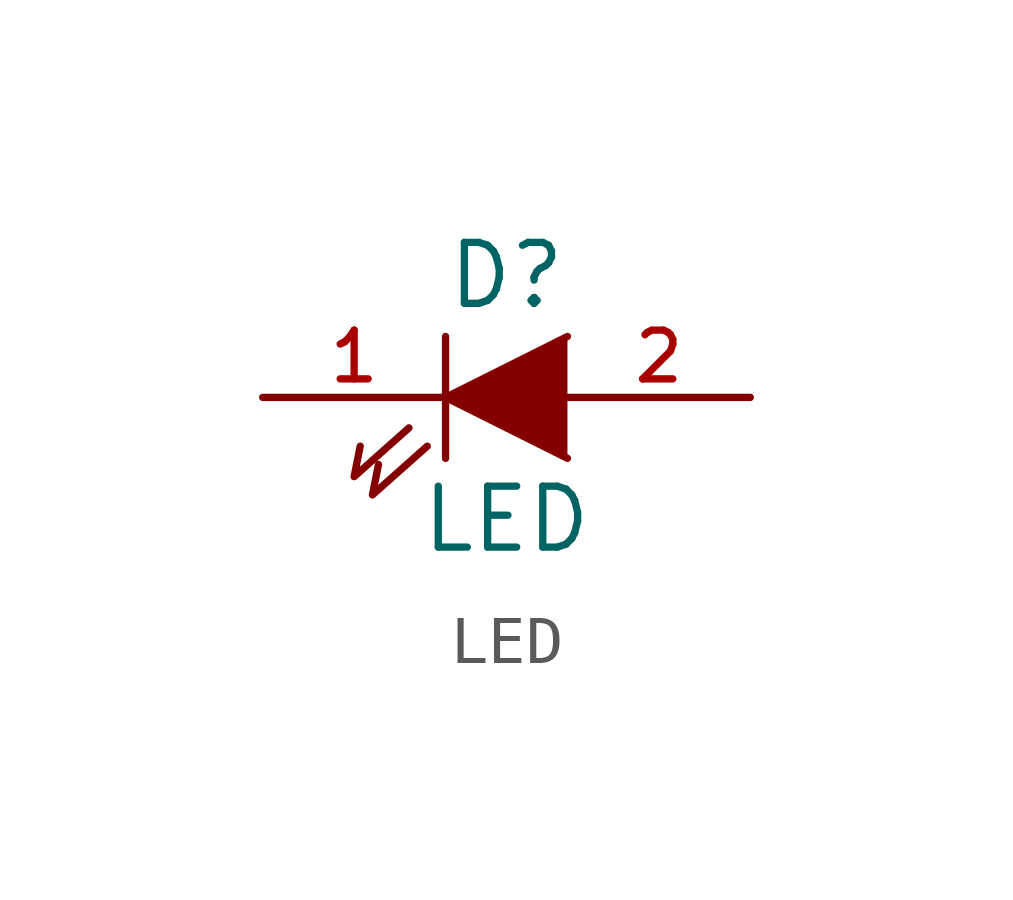
<source format=kicad_sym>
(kicad_symbol_lib
  (version 20241209)
  (generator "kicad_symbol_editor")
  (generator_version "9.0")
  (symbol "LED"
    (pin_names
      (offset 1.016)
      (hide yes))
    (property "Reference" "D"
      (at 0 2.54 0)
      (effects (font (size 1.27 1.27))))
    (property "Value" "LED"
      (at 0 -2.54 0)
      (effects (font (size 1.27 1.27))))
    (property "Footprint" ""
      (at 0 0 0)
      (effects (font (size 1.524 1.524))))
    (property "Datasheet" ""
      (at 0 0 0)
      (effects (font (size 1.524 1.524))))
    (symbol "LED_0_1"
      (polyline (pts (xy -2.032 -0.635) (xy -3.175 -1.651) (xy -3.048 -1.016)) (stroke (width 0) (type default)) (fill (type none)))
      (polyline (pts (xy -1.651 -1.016) (xy -2.794 -2.032) (xy -2.667 -1.397)) (stroke (width 0) (type default)) (fill (type none)))
      (polyline (pts (xy -1.27 1.27) (xy -1.27 -1.27)) (stroke (width 0) (type default)) (fill (type none)))
      (polyline (pts (xy 1.27 1.27) (xy -1.27 0) (xy 1.27 -1.27)) (stroke (width 0) (type default)) (fill (type outline))))
    (symbol "LED_1_1"
      (pin passive line (at -5.08 0 0) (length 3.81) (name "K" (effects (font (size 1.016 1.016)))) (number "1" (effects (font (size 1.016 1.016)))))
      (pin passive line (at 5.08 0 180) (length 3.81) (name "A" (effects (font (size 1.016 1.016)))) (number "2" (effects (font (size 1.016 1.016))))))))
</source>
